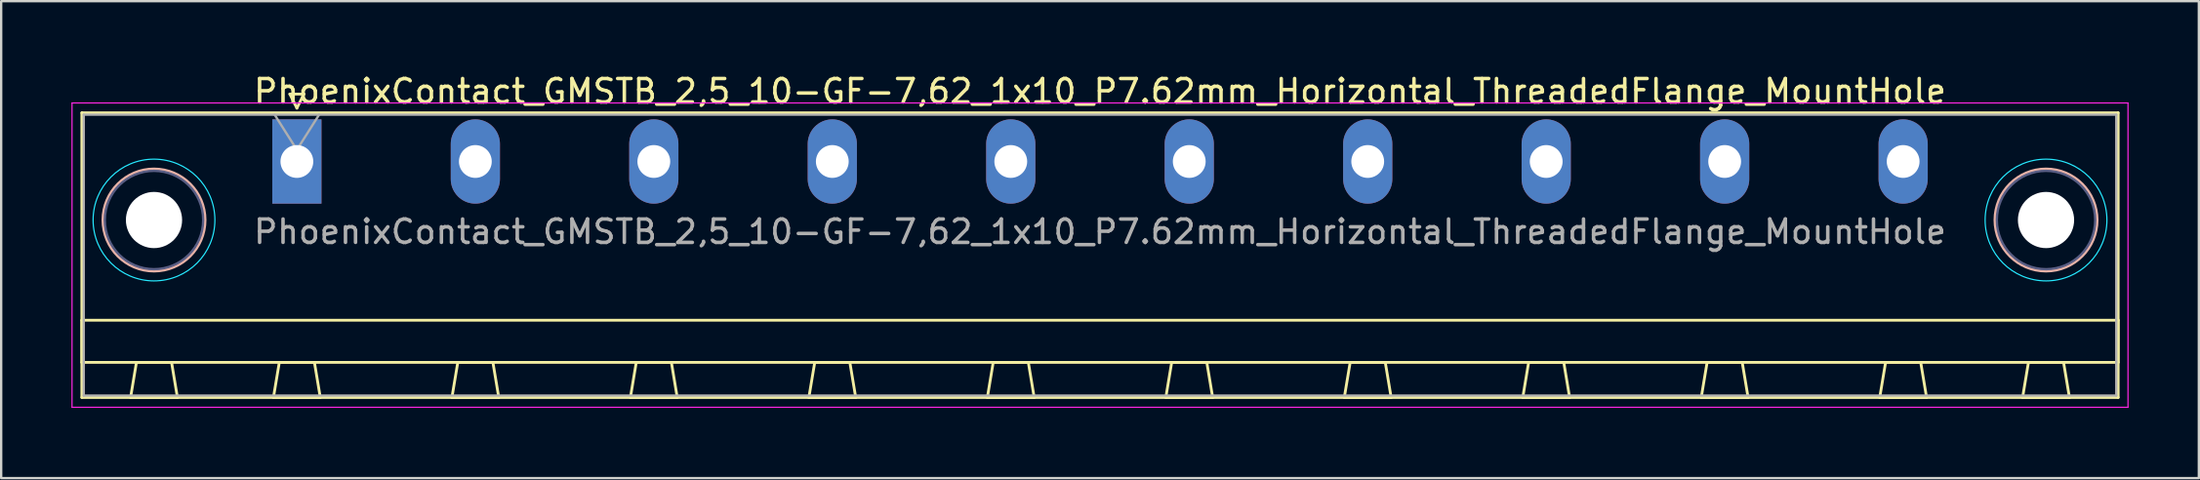
<source format=kicad_pcb>
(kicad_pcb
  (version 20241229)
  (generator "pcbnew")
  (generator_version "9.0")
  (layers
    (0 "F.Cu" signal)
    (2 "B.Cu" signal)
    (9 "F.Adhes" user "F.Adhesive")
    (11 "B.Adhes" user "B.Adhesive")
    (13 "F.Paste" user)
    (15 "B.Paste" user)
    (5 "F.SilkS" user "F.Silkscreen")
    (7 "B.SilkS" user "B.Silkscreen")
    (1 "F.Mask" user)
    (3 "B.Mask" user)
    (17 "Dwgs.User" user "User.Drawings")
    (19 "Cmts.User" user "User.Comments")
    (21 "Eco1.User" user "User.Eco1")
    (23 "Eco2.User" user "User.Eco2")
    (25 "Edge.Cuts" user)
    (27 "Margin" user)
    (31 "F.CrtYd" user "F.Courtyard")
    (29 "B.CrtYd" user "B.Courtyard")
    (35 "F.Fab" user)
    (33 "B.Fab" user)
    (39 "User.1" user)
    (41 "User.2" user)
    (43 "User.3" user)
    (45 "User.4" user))
  (footprint "PhoenixContact_GMSTB_2,5_10-GF-7,62_1x10_P7.62mm_Horizontal_ThreadedFlange_MountHole"
    (layer "F.Cu")
    (at 9.625 3.848)
    (property "Reference" "PhoenixContact_GMSTB_2,5_10-GF-7,62_1x10_P7.62mm_Horizontal_ThreadedFlange_MountHole" (at 34.29 -3 0) (layer "F.SilkS") (effects (font (size 1 1) (thickness 0.15))))
    (attr through_hole)
    (fp_line (start -9.18 -2.08) (end -9.18 10.08) (stroke (width 0.12) (type solid)) (layer "F.SilkS"))
    (fp_line (start -9.18 6.78) (end 77.76 6.78) (stroke (width 0.12) (type solid)) (layer "F.SilkS"))
    (fp_line (start -9.18 8.58) (end -9.18 6.78) (stroke (width 0.12) (type solid)) (layer "F.SilkS"))
    (fp_line (start -9.18 10.08) (end 77.76 10.08) (stroke (width 0.12) (type solid)) (layer "F.SilkS"))
    (fp_line (start -7.1 10.08) (end -5.1 10.08) (stroke (width 0.12) (type solid)) (layer "F.SilkS"))
    (fp_line (start -6.85 8.58) (end -7.1 10.08) (stroke (width 0.12) (type solid)) (layer "F.SilkS"))
    (fp_line (start -5.35 8.58) (end -6.85 8.58) (stroke (width 0.12) (type solid)) (layer "F.SilkS"))
    (fp_line (start -5.1 10.08) (end -5.35 8.58) (stroke (width 0.12) (type solid)) (layer "F.SilkS"))
    (fp_line (start -1 10.08) (end 1 10.08) (stroke (width 0.12) (type solid)) (layer "F.SilkS"))
    (fp_line (start -0.75 8.58) (end -1 10.08) (stroke (width 0.12) (type solid)) (layer "F.SilkS"))
    (fp_line (start -0.3 -2.88) (end 0.3 -2.88) (stroke (width 0.12) (type solid)) (layer "F.SilkS"))
    (fp_line (start 0 -2.28) (end -0.3 -2.88) (stroke (width 0.12) (type solid)) (layer "F.SilkS"))
    (fp_line (start 0.3 -2.88) (end 0 -2.28) (stroke (width 0.12) (type solid)) (layer "F.SilkS"))
    (fp_line (start 0.75 8.58) (end -0.75 8.58) (stroke (width 0.12) (type solid)) (layer "F.SilkS"))
    (fp_line (start 1 10.08) (end 0.75 8.58) (stroke (width 0.12) (type solid)) (layer "F.SilkS"))
    (fp_line (start 6.62 10.08) (end 8.62 10.08) (stroke (width 0.12) (type solid)) (layer "F.SilkS"))
    (fp_line (start 6.87 8.58) (end 6.62 10.08) (stroke (width 0.12) (type solid)) (layer "F.SilkS"))
    (fp_line (start 8.37 8.58) (end 6.87 8.58) (stroke (width 0.12) (type solid)) (layer "F.SilkS"))
    (fp_line (start 8.62 10.08) (end 8.37 8.58) (stroke (width 0.12) (type solid)) (layer "F.SilkS"))
    (fp_line (start 14.24 10.08) (end 16.24 10.08) (stroke (width 0.12) (type solid)) (layer "F.SilkS"))
    (fp_line (start 14.49 8.58) (end 14.24 10.08) (stroke (width 0.12) (type solid)) (layer "F.SilkS"))
    (fp_line (start 15.99 8.58) (end 14.49 8.58) (stroke (width 0.12) (type solid)) (layer "F.SilkS"))
    (fp_line (start 16.24 10.08) (end 15.99 8.58) (stroke (width 0.12) (type solid)) (layer "F.SilkS"))
    (fp_line (start 21.86 10.08) (end 23.86 10.08) (stroke (width 0.12) (type solid)) (layer "F.SilkS"))
    (fp_line (start 22.11 8.58) (end 21.86 10.08) (stroke (width 0.12) (type solid)) (layer "F.SilkS"))
    (fp_line (start 23.61 8.58) (end 22.11 8.58) (stroke (width 0.12) (type solid)) (layer "F.SilkS"))
    (fp_line (start 23.86 10.08) (end 23.61 8.58) (stroke (width 0.12) (type solid)) (layer "F.SilkS"))
    (fp_line (start 29.48 10.08) (end 31.48 10.08) (stroke (width 0.12) (type solid)) (layer "F.SilkS"))
    (fp_line (start 29.73 8.58) (end 29.48 10.08) (stroke (width 0.12) (type solid)) (layer "F.SilkS"))
    (fp_line (start 31.23 8.58) (end 29.73 8.58) (stroke (width 0.12) (type solid)) (layer "F.SilkS"))
    (fp_line (start 31.48 10.08) (end 31.23 8.58) (stroke (width 0.12) (type solid)) (layer "F.SilkS"))
    (fp_line (start 37.1 10.08) (end 39.1 10.08) (stroke (width 0.12) (type solid)) (layer "F.SilkS"))
    (fp_line (start 37.35 8.58) (end 37.1 10.08) (stroke (width 0.12) (type solid)) (layer "F.SilkS"))
    (fp_line (start 38.85 8.58) (end 37.35 8.58) (stroke (width 0.12) (type solid)) (layer "F.SilkS"))
    (fp_line (start 39.1 10.08) (end 38.85 8.58) (stroke (width 0.12) (type solid)) (layer "F.SilkS"))
    (fp_line (start 44.72 10.08) (end 46.72 10.08) (stroke (width 0.12) (type solid)) (layer "F.SilkS"))
    (fp_line (start 44.97 8.58) (end 44.72 10.08) (stroke (width 0.12) (type solid)) (layer "F.SilkS"))
    (fp_line (start 46.47 8.58) (end 44.97 8.58) (stroke (width 0.12) (type solid)) (layer "F.SilkS"))
    (fp_line (start 46.72 10.08) (end 46.47 8.58) (stroke (width 0.12) (type solid)) (layer "F.SilkS"))
    (fp_line (start 52.34 10.08) (end 54.34 10.08) (stroke (width 0.12) (type solid)) (layer "F.SilkS"))
    (fp_line (start 52.59 8.58) (end 52.34 10.08) (stroke (width 0.12) (type solid)) (layer "F.SilkS"))
    (fp_line (start 54.09 8.58) (end 52.59 8.58) (stroke (width 0.12) (type solid)) (layer "F.SilkS"))
    (fp_line (start 54.34 10.08) (end 54.09 8.58) (stroke (width 0.12) (type solid)) (layer "F.SilkS"))
    (fp_line (start 59.96 10.08) (end 61.96 10.08) (stroke (width 0.12) (type solid)) (layer "F.SilkS"))
    (fp_line (start 60.21 8.58) (end 59.96 10.08) (stroke (width 0.12) (type solid)) (layer "F.SilkS"))
    (fp_line (start 61.71 8.58) (end 60.21 8.58) (stroke (width 0.12) (type solid)) (layer "F.SilkS"))
    (fp_line (start 61.96 10.08) (end 61.71 8.58) (stroke (width 0.12) (type solid)) (layer "F.SilkS"))
    (fp_line (start 67.58 10.08) (end 69.58 10.08) (stroke (width 0.12) (type solid)) (layer "F.SilkS"))
    (fp_line (start 67.83 8.58) (end 67.58 10.08) (stroke (width 0.12) (type solid)) (layer "F.SilkS"))
    (fp_line (start 69.33 8.58) (end 67.83 8.58) (stroke (width 0.12) (type solid)) (layer "F.SilkS"))
    (fp_line (start 69.58 10.08) (end 69.33 8.58) (stroke (width 0.12) (type solid)) (layer "F.SilkS"))
    (fp_line (start 73.68 10.08) (end 75.68 10.08) (stroke (width 0.12) (type solid)) (layer "F.SilkS"))
    (fp_line (start 73.93 8.58) (end 73.68 10.08) (stroke (width 0.12) (type solid)) (layer "F.SilkS"))
    (fp_line (start 75.43 8.58) (end 73.93 8.58) (stroke (width 0.12) (type solid)) (layer "F.SilkS"))
    (fp_line (start 75.68 10.08) (end 75.43 8.58) (stroke (width 0.12) (type solid)) (layer "F.SilkS"))
    (fp_line (start 77.76 -2.08) (end -9.18 -2.08) (stroke (width 0.12) (type solid)) (layer "F.SilkS"))
    (fp_line (start 77.76 6.78) (end 77.76 8.58) (stroke (width 0.12) (type solid)) (layer "F.SilkS"))
    (fp_line (start 77.76 8.58) (end -9.18 8.58) (stroke (width 0.12) (type solid)) (layer "F.SilkS"))
    (fp_line (start 77.76 10.08) (end 77.76 -2.08) (stroke (width 0.12) (type solid)) (layer "F.SilkS"))
    (fp_circle (center -6.1 2.5) (end -3.92 2.5) (stroke (width 0.12) (type solid)) (fill no) (layer "B.SilkS"))
    (fp_circle (center 74.68 2.5) (end 76.86 2.5) (stroke (width 0.12) (type solid)) (fill no) (layer "B.SilkS"))
    (fp_circle (center -6.1 2.5) (end -3.5 2.5) (stroke (width 0.05) (type solid)) (fill no) (layer "B.CrtYd"))
    (fp_circle (center 74.68 2.5) (end 77.28 2.5) (stroke (width 0.05) (type solid)) (fill no) (layer "B.CrtYd"))
    (fp_line (start -9.6 -2.5) (end -9.6 10.5) (stroke (width 0.05) (type solid)) (layer "F.CrtYd"))
    (fp_line (start -9.6 10.5) (end 78.18 10.5) (stroke (width 0.05) (type solid)) (layer "F.CrtYd"))
    (fp_line (start 78.18 -2.5) (end -9.6 -2.5) (stroke (width 0.05) (type solid)) (layer "F.CrtYd"))
    (fp_line (start 78.18 10.5) (end 78.18 -2.5) (stroke (width 0.05) (type solid)) (layer "F.CrtYd"))
    (fp_circle (center -6.1 2.5) (end -4 2.5) (stroke (width 0.1) (type solid)) (fill no) (layer "B.Fab"))
    (fp_circle (center 74.68 2.5) (end 76.78 2.5) (stroke (width 0.1) (type solid)) (fill no) (layer "B.Fab"))
    (fp_line (start -9.1 -2) (end -9.1 10) (stroke (width 0.1) (type solid)) (layer "F.Fab"))
    (fp_line (start -9.1 10) (end 77.68 10) (stroke (width 0.1) (type solid)) (layer "F.Fab"))
    (fp_line (start 0 -0.5) (end -0.95 -2) (stroke (width 0.1) (type solid)) (layer "F.Fab"))
    (fp_line (start 0.95 -2) (end 0 -0.5) (stroke (width 0.1) (type solid)) (layer "F.Fab"))
    (fp_line (start 77.68 -2) (end -9.1 -2) (stroke (width 0.1) (type solid)) (layer "F.Fab"))
    (fp_line (start 77.68 10) (end 77.68 -2) (stroke (width 0.1) (type solid)) (layer "F.Fab"))
    (fp_text user "${REFERENCE}" (at 34.29 3 0) (layer "F.Fab") (effects (font (size 1 1) (thickness 0.15))))
    (pad "" np_thru_hole circle (at -6.1 2.5) (size 2.4 2.4) (drill 2.4) (layers "*.Cu" "*.Mask"))
    (pad "" np_thru_hole circle (at 74.68 2.5) (size 2.4 2.4) (drill 2.4) (layers "*.Cu" "*.Mask"))
    (pad "1" thru_hole rect (at 0 0) (size 2.1 3.6) (drill 1.4) (layers "*.Cu" "*.Mask"))
    (pad "2" thru_hole oval (at 7.62 0) (size 2.1 3.6) (drill 1.4) (layers "*.Cu" "*.Mask"))
    (pad "3" thru_hole oval (at 15.24 0) (size 2.1 3.6) (drill 1.4) (layers "*.Cu" "*.Mask"))
    (pad "4" thru_hole oval (at 22.86 0) (size 2.1 3.6) (drill 1.4) (layers "*.Cu" "*.Mask"))
    (pad "5" thru_hole oval (at 30.48 0) (size 2.1 3.6) (drill 1.4) (layers "*.Cu" "*.Mask"))
    (pad "6" thru_hole oval (at 38.1 0) (size 2.1 3.6) (drill 1.4) (layers "*.Cu" "*.Mask"))
    (pad "7" thru_hole oval (at 45.72 0) (size 2.1 3.6) (drill 1.4) (layers "*.Cu" "*.Mask"))
    (pad "8" thru_hole oval (at 53.34 0) (size 2.1 3.6) (drill 1.4) (layers "*.Cu" "*.Mask"))
    (pad "9" thru_hole oval (at 60.96 0) (size 2.1 3.6) (drill 1.4) (layers "*.Cu" "*.Mask"))
    (pad "10" thru_hole oval (at 68.58 0) (size 2.1 3.6) (drill 1.4) (layers "*.Cu" "*.Mask")))
  (gr_rect
    (start -3 -3)
    (end 90.83 17.373)
    (stroke (width 0.1) (type default))
    (fill no)
    (layer "Edge.Cuts")))
</source>
